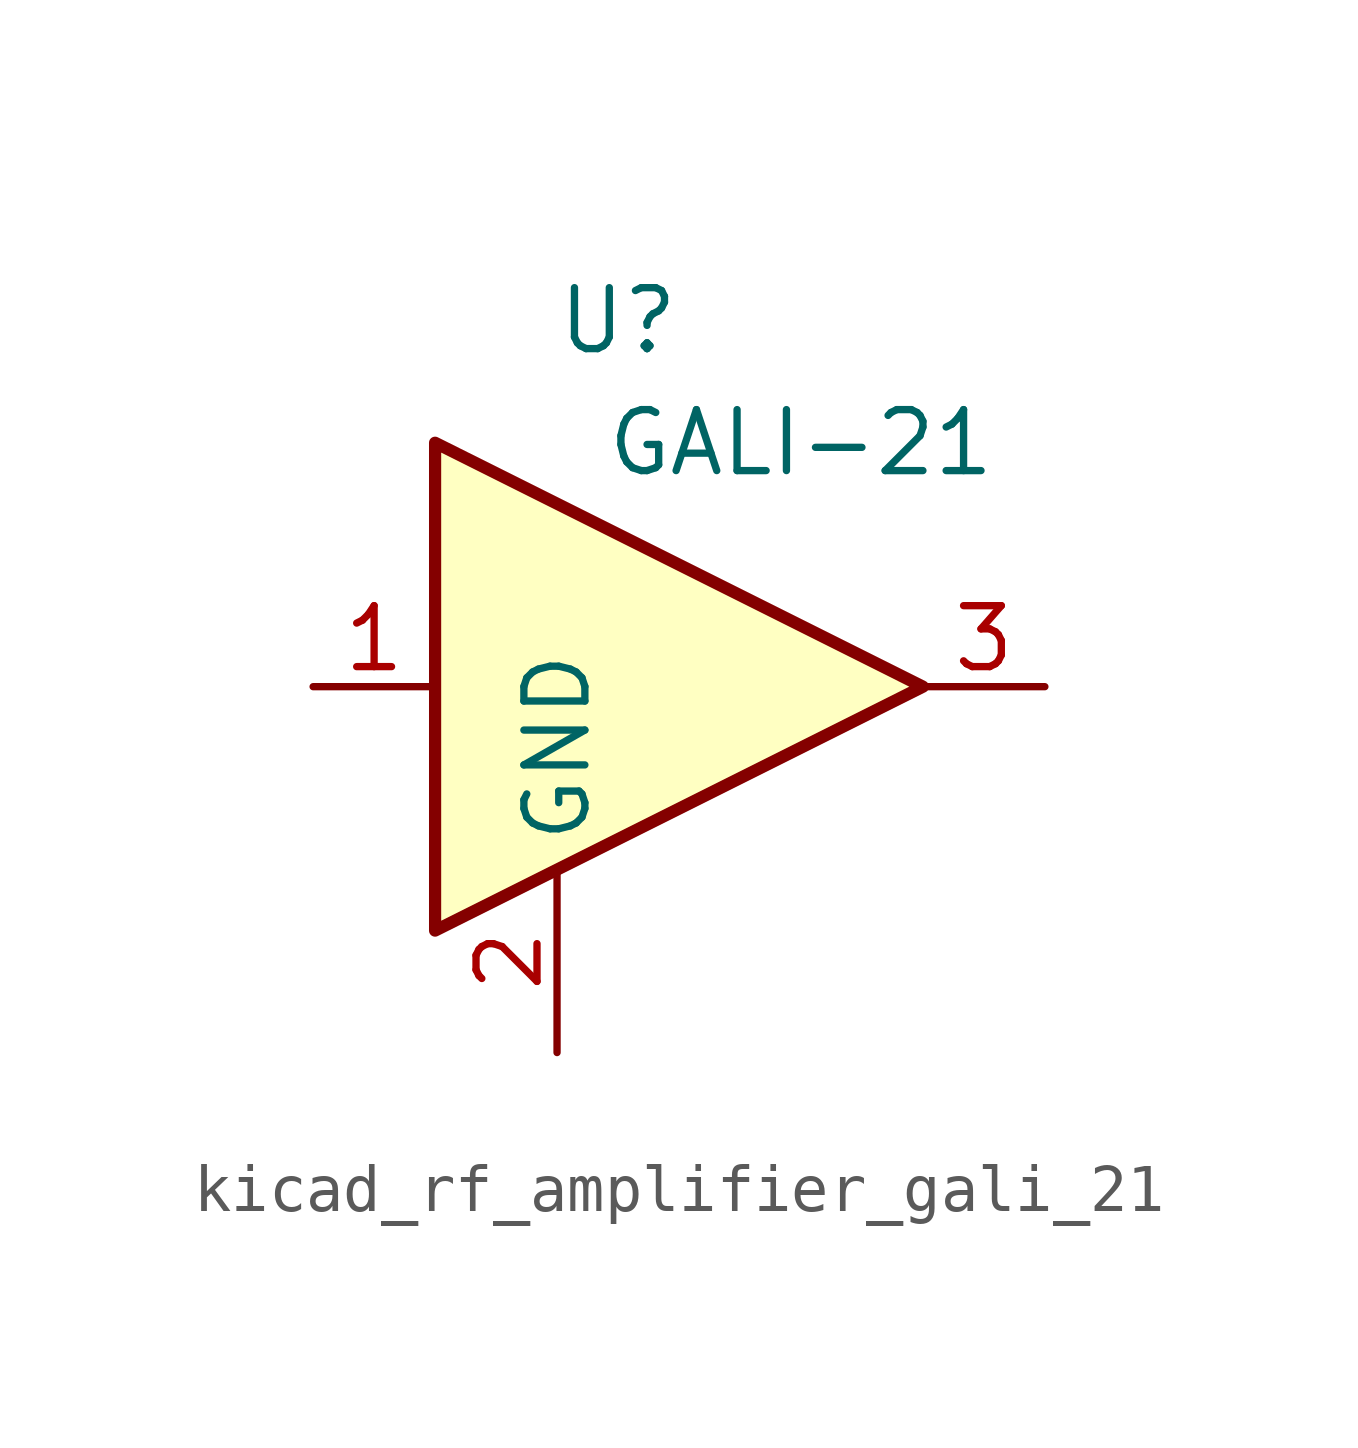
<source format=kicad_sym>
(kicad_symbol_lib
  (version 20220914)
  (generator kicad_symbol_editor)
  (symbol "kicad_rf_amplifier_gali_21"
    (property "Reference" "U"
      (at -1.27 7.62 0)
      (effects (font (size 1.27 1.27))))
    (property "Value" "GALI-21"
      (at 2.54 5.08 0)
      (effects (font (size 1.27 1.27))))
    (symbol "kicad_rf_amplifier_gali_21_0_1"
      (polyline (pts (xy 5.08 0) (xy -5.08 5.08) (xy -5.08 -5.08) (xy 5.08 0)) (stroke (width 0.254) (type default)) (fill (type background))))
    (symbol "kicad_rf_amplifier_gali_21_1_1"
      (pin input line (at -7.62 0 0) (length 2.54) (name "~" (effects (font (size 1.27 1.27)))) (number "1" (effects (font (size 1.27 1.27)))))
      (pin power_in line (at -2.54 -7.62 90) (length 3.81) (name "GND" (effects (font (size 1.27 1.27)))) (number "2" (effects (font (size 1.27 1.27)))))
      (pin output line (at 7.62 0 180) (length 2.54) (name "~" (effects (font (size 1.27 1.27)))) (number "3" (effects (font (size 1.27 1.27))))))))
</source>
